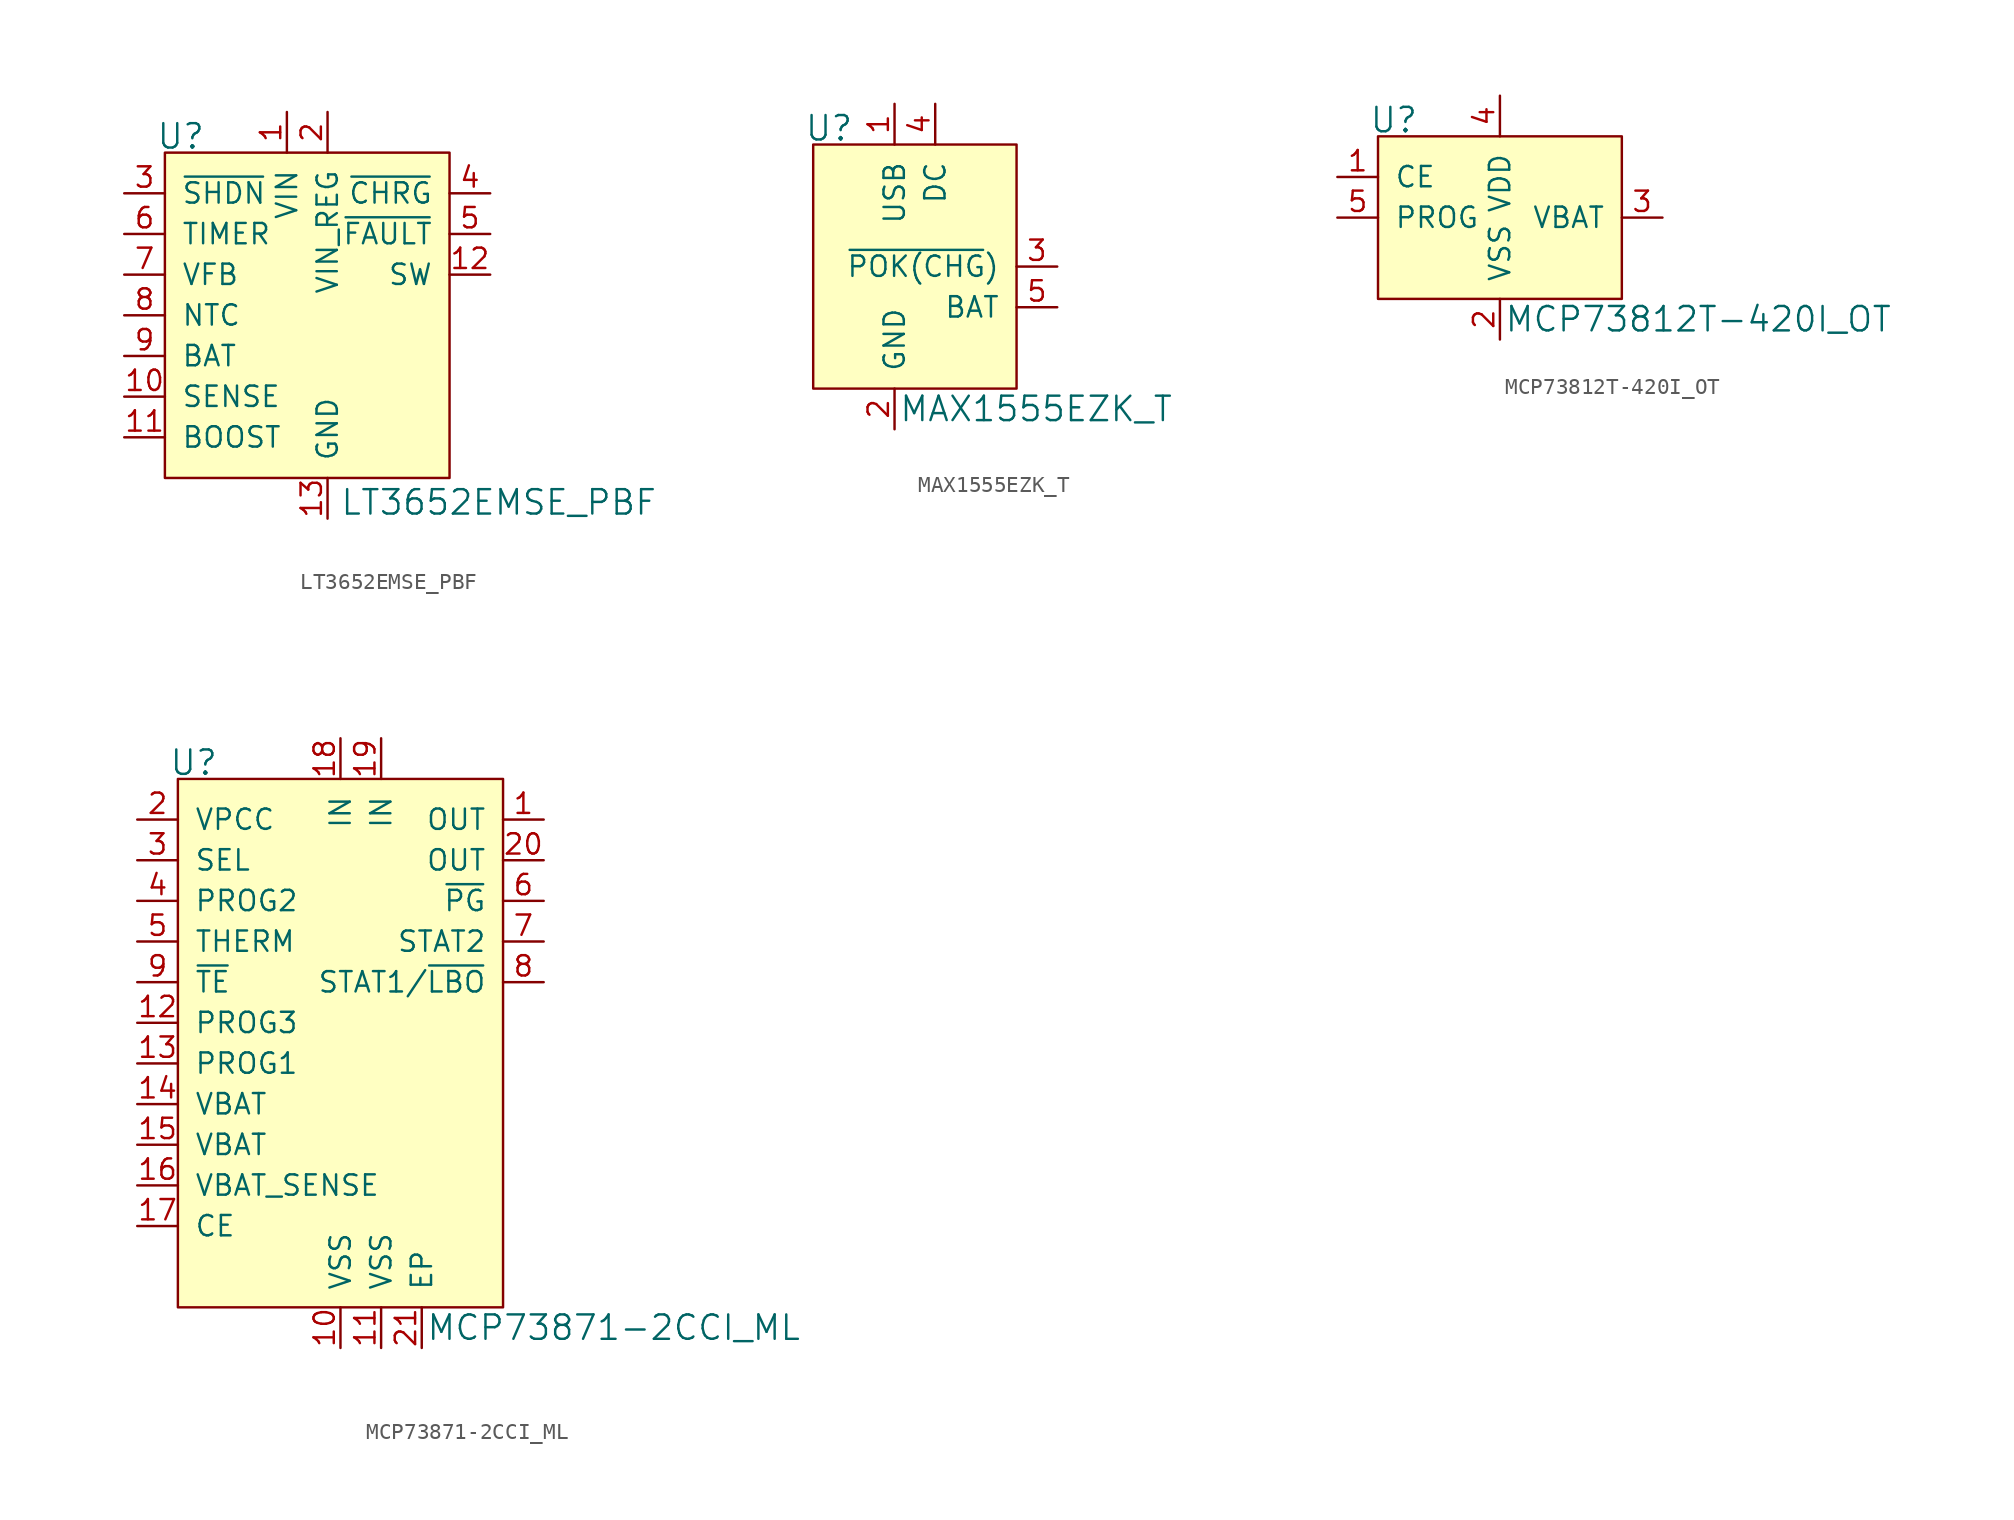
<source format=kicad_sym>
(kicad_symbol_lib
  (version 20220914)
  (generator kicad_symbol_editor)
  (symbol "LT3652EMSE_PBF"
    (pin_names
      (offset 1.016))
    (property "Reference" "U"
      (at -7.62 6.096 0)
      (effects (font (size 1.524 1.524)) (justify right)))
    (property "Value" "LT3652EMSE_PBF"
      (at 0.762 -16.764 0)
      (effects (font (size 1.524 1.524)) (justify left)))
    (symbol "LT3652EMSE_PBF_0_1"
      (rectangle (start -10.16 5.08) (end 7.62 -15.24) (stroke (width 0) (type solid)) (fill (type background))))
    (symbol "LT3652EMSE_PBF_1_1"
      (pin power_in line (at -2.54 7.62 270) (length 2.54) (name "VIN" (effects (font (size 1.27 1.27)))) (number "1" (effects (font (size 1.27 1.27)))))
      (pin input line (at -12.7 -10.16 0) (length 2.54) (name "SENSE" (effects (font (size 1.27 1.27)))) (number "10" (effects (font (size 1.27 1.27)))))
      (pin input line (at -12.7 -12.7 0) (length 2.54) (name "BOOST" (effects (font (size 1.27 1.27)))) (number "11" (effects (font (size 1.27 1.27)))))
      (pin output line (at 10.16 -2.54 180) (length 2.54) (name "SW" (effects (font (size 1.27 1.27)))) (number "12" (effects (font (size 1.27 1.27)))))
      (pin power_in line (at 0 -17.78 90) (length 2.54) (name "GND" (effects (font (size 1.27 1.27)))) (number "13" (effects (font (size 1.27 1.27)))))
      (pin power_in line (at 0 7.62 270) (length 2.54) (name "VIN_REG" (effects (font (size 1.27 1.27)))) (number "2" (effects (font (size 1.27 1.27)))))
      (pin input line (at -12.7 2.54 0) (length 2.54) (name "~{SHDN}" (effects (font (size 1.27 1.27)))) (number "3" (effects (font (size 1.27 1.27)))))
      (pin output line (at 10.16 2.54 180) (length 2.54) (name "~{CHRG}" (effects (font (size 1.27 1.27)))) (number "4" (effects (font (size 1.27 1.27)))))
      (pin output line (at 10.16 0 180) (length 2.54) (name "~{FAULT}" (effects (font (size 1.27 1.27)))) (number "5" (effects (font (size 1.27 1.27)))))
      (pin input line (at -12.7 0 0) (length 2.54) (name "TIMER" (effects (font (size 1.27 1.27)))) (number "6" (effects (font (size 1.27 1.27)))))
      (pin input line (at -12.7 -2.54 0) (length 2.54) (name "VFB" (effects (font (size 1.27 1.27)))) (number "7" (effects (font (size 1.27 1.27)))))
      (pin input line (at -12.7 -5.08 0) (length 2.54) (name "NTC" (effects (font (size 1.27 1.27)))) (number "8" (effects (font (size 1.27 1.27)))))
      (pin input line (at -12.7 -7.62 0) (length 2.54) (name "BAT" (effects (font (size 1.27 1.27)))) (number "9" (effects (font (size 1.27 1.27)))))))
  (symbol "MAX1555EZK_T"
    (pin_names
      (offset 1.016))
    (property "Reference" "U"
      (at -5.08 8.636 0)
      (effects (font (size 1.524 1.524)) (justify right)))
    (property "Value" "MAX1555EZK_T"
      (at -2.286 -8.89 0)
      (effects (font (size 1.524 1.524)) (justify left)))
    (symbol "MAX1555EZK_T_0_1"
      (rectangle (start 5.08 7.62) (end -7.62 -7.62) (stroke (width 0) (type solid)) (fill (type background))))
    (symbol "MAX1555EZK_T_1_1"
      (pin power_in line (at -2.54 10.16 270) (length 2.54) (name "USB" (effects (font (size 1.27 1.27)))) (number "1" (effects (font (size 1.27 1.27)))))
      (pin power_in line (at -2.54 -10.16 90) (length 2.54) (name "GND" (effects (font (size 1.27 1.27)))) (number "2" (effects (font (size 1.27 1.27)))))
      (pin output line (at 7.62 0 180) (length 2.54) (name "~{POK(CHG})" (effects (font (size 1.27 1.27)))) (number "3" (effects (font (size 1.27 1.27)))))
      (pin power_in line (at 0 10.16 270) (length 2.54) (name "DC" (effects (font (size 1.27 1.27)))) (number "4" (effects (font (size 1.27 1.27)))))
      (pin power_out line (at 7.62 -2.54 180) (length 2.54) (name "BAT" (effects (font (size 1.27 1.27)))) (number "5" (effects (font (size 1.27 1.27)))))))
  (symbol "MCP73812T-420I_OT"
    (pin_names
      (offset 1.016))
    (property "Reference" "U"
      (at -5.08 1.016 0)
      (effects (font (size 1.524 1.524)) (justify right)))
    (property "Value" "MCP73812T-420I_OT"
      (at 0.254 -11.43 0)
      (effects (font (size 1.524 1.524)) (justify left)))
    (symbol "MCP73812T-420I_OT_0_1"
      (rectangle (start -7.62 0) (end 7.62 -10.16) (stroke (width 0) (type solid)) (fill (type background))))
    (symbol "MCP73812T-420I_OT_1_1"
      (pin input line (at -10.16 -2.54 0) (length 2.54) (name "CE" (effects (font (size 1.27 1.27)))) (number "1" (effects (font (size 1.27 1.27)))))
      (pin power_in line (at 0 -12.7 90) (length 2.54) (name "VSS" (effects (font (size 1.27 1.27)))) (number "2" (effects (font (size 1.27 1.27)))))
      (pin power_out line (at 10.16 -5.08 180) (length 2.54) (name "VBAT" (effects (font (size 1.27 1.27)))) (number "3" (effects (font (size 1.27 1.27)))))
      (pin power_in line (at 0 2.54 270) (length 2.54) (name "VDD" (effects (font (size 1.27 1.27)))) (number "4" (effects (font (size 1.27 1.27)))))
      (pin input line (at -10.16 -5.08 0) (length 2.54) (name "PROG" (effects (font (size 1.27 1.27)))) (number "5" (effects (font (size 1.27 1.27)))))))
  (symbol "MCP73871-2CCI_ML"
    (pin_names
      (offset 1.016))
    (property "Reference" "U"
      (at -7.62 13.716 0)
      (effects (font (size 1.524 1.524)) (justify right)))
    (property "Value" "MCP73871-2CCI_ML"
      (at 5.334 -21.59 0)
      (effects (font (size 1.524 1.524)) (justify left)))
    (symbol "MCP73871-2CCI_ML_0_1"
      (rectangle (start -10.16 12.7) (end 10.16 -20.32) (stroke (width 0) (type solid)) (fill (type background))))
    (symbol "MCP73871-2CCI_ML_1_1"
      (pin power_out line (at 12.7 10.16 180) (length 2.54) (name "OUT" (effects (font (size 1.27 1.27)))) (number "1" (effects (font (size 1.27 1.27)))))
      (pin power_in line (at 0 -22.86 90) (length 2.54) (name "VSS" (effects (font (size 1.27 1.27)))) (number "10" (effects (font (size 1.27 1.27)))))
      (pin power_in line (at 2.54 -22.86 90) (length 2.54) (name "VSS" (effects (font (size 1.27 1.27)))) (number "11" (effects (font (size 1.27 1.27)))))
      (pin passive line (at -12.7 -2.54 0) (length 2.54) (name "PROG3" (effects (font (size 1.27 1.27)))) (number "12" (effects (font (size 1.27 1.27)))))
      (pin input line (at -12.7 -5.08 0) (length 2.54) (name "PROG1" (effects (font (size 1.27 1.27)))) (number "13" (effects (font (size 1.27 1.27)))))
      (pin passive line (at -12.7 -7.62 0) (length 2.54) (name "VBAT" (effects (font (size 1.27 1.27)))) (number "14" (effects (font (size 1.27 1.27)))))
      (pin passive line (at -12.7 -10.16 0) (length 2.54) (name "VBAT" (effects (font (size 1.27 1.27)))) (number "15" (effects (font (size 1.27 1.27)))))
      (pin input line (at -12.7 -12.7 0) (length 2.54) (name "VBAT_SENSE" (effects (font (size 1.27 1.27)))) (number "16" (effects (font (size 1.27 1.27)))))
      (pin input line (at -12.7 -15.24 0) (length 2.54) (name "CE" (effects (font (size 1.27 1.27)))) (number "17" (effects (font (size 1.27 1.27)))))
      (pin power_in line (at 0 15.24 270) (length 2.54) (name "IN" (effects (font (size 1.27 1.27)))) (number "18" (effects (font (size 1.27 1.27)))))
      (pin power_in line (at 2.54 15.24 270) (length 2.54) (name "IN" (effects (font (size 1.27 1.27)))) (number "19" (effects (font (size 1.27 1.27)))))
      (pin input line (at -12.7 10.16 0) (length 2.54) (name "VPCC" (effects (font (size 1.27 1.27)))) (number "2" (effects (font (size 1.27 1.27)))))
      (pin power_out line (at 12.7 7.62 180) (length 2.54) (name "OUT" (effects (font (size 1.27 1.27)))) (number "20" (effects (font (size 1.27 1.27)))))
      (pin power_in line (at 5.08 -22.86 90) (length 2.54) (name "EP" (effects (font (size 1.27 1.27)))) (number "21" (effects (font (size 1.27 1.27)))))
      (pin input line (at -12.7 7.62 0) (length 2.54) (name "SEL" (effects (font (size 1.27 1.27)))) (number "3" (effects (font (size 1.27 1.27)))))
      (pin input line (at -12.7 5.08 0) (length 2.54) (name "PROG2" (effects (font (size 1.27 1.27)))) (number "4" (effects (font (size 1.27 1.27)))))
      (pin input line (at -12.7 2.54 0) (length 2.54) (name "THERM" (effects (font (size 1.27 1.27)))) (number "5" (effects (font (size 1.27 1.27)))))
      (pin output line (at 12.7 5.08 180) (length 2.54) (name "~{PG}" (effects (font (size 1.27 1.27)))) (number "6" (effects (font (size 1.27 1.27)))))
      (pin output line (at 12.7 2.54 180) (length 2.54) (name "STAT2" (effects (font (size 1.27 1.27)))) (number "7" (effects (font (size 1.27 1.27)))))
      (pin output line (at 12.7 0 180) (length 2.54) (name "STAT1/~{LBO}" (effects (font (size 1.27 1.27)))) (number "8" (effects (font (size 1.27 1.27)))))
      (pin input line (at -12.7 0 0) (length 2.54) (name "~{TE}" (effects (font (size 1.27 1.27)))) (number "9" (effects (font (size 1.27 1.27))))))))
</source>
